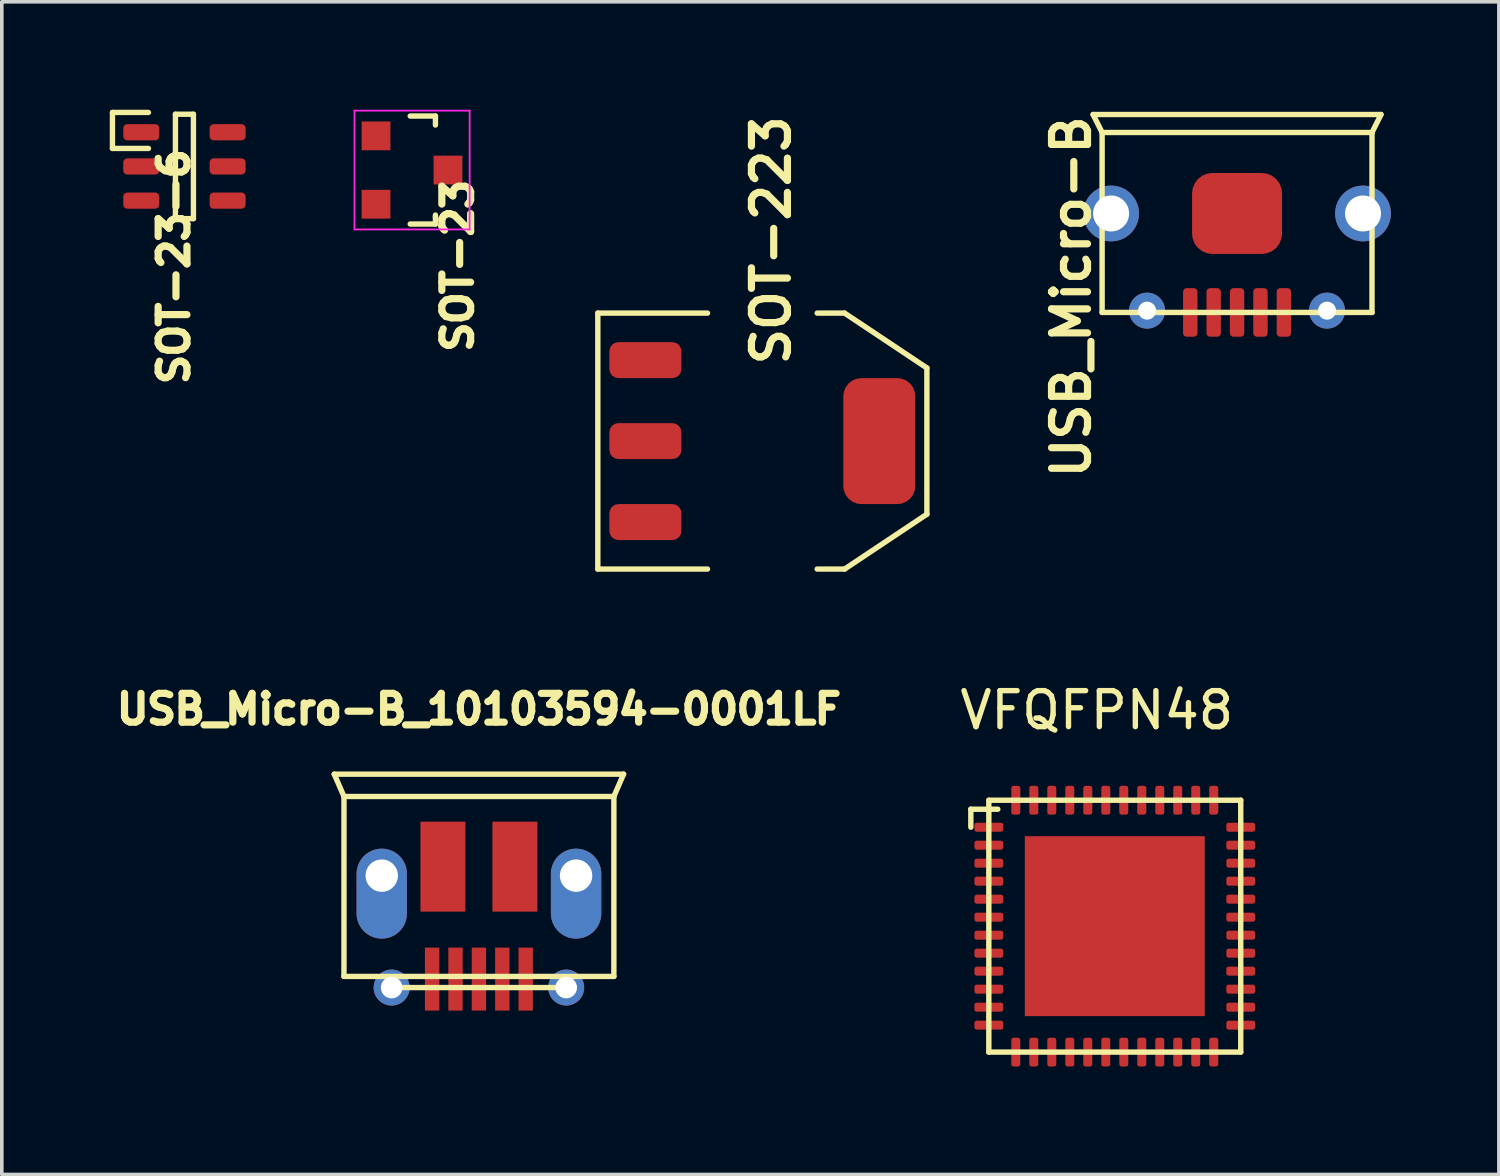
<source format=kicad_pcb>
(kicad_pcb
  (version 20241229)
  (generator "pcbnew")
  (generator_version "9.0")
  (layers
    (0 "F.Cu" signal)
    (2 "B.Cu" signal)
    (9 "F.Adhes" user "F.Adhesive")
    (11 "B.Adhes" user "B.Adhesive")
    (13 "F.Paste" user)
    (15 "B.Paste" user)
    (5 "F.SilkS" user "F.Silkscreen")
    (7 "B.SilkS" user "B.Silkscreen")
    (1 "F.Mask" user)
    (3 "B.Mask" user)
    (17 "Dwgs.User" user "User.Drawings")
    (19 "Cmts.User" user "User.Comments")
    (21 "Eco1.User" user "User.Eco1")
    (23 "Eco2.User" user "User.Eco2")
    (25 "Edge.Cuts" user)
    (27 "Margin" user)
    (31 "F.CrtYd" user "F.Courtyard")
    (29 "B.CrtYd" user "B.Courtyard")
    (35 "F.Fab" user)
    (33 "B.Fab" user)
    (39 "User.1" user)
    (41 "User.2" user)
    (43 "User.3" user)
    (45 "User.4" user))
  (footprint "USB_Micro-B_10103594-0001LF"
    (placed yes)
    (layer "F.Cu")
    (at 10.258 21.282)
    (property "Reference" "USB_Micro-B_10103594-0001LF" (at 0 -4.625 0) (layer "F.SilkS") (effects (font (size 0.8 0.8) (thickness 0.2))))
    (attr smd)
    (fp_line (start -4.02 -2.82) (end -3.75 -2.2) (stroke (width 0.15) (type solid)) (layer "F.SilkS"))
    (fp_line (start -3.75 -2.2) (end 3.75 -2.2) (stroke (width 0.15) (type solid)) (layer "F.SilkS"))
    (fp_line (start -3.75 2.8) (end -3.75 -2.2) (stroke (width 0.15) (type solid)) (layer "F.SilkS"))
    (fp_line (start 2.65 3.11) (end -2.65 3.11) (stroke (width 0.15) (type solid)) (layer "F.SilkS"))
    (fp_line (start 3.75 -2.2) (end 3.75 2.8) (stroke (width 0.15) (type solid)) (layer "F.SilkS"))
    (fp_line (start 3.75 2.8) (end -3.75 2.8) (stroke (width 0.15) (type solid)) (layer "F.SilkS"))
    (fp_line (start 4.02 -2.82) (end -4.02 -2.82) (stroke (width 0.15) (type solid)) (layer "F.SilkS"))
    (fp_line (start 4.02 -2.82) (end 3.75 -2.2) (stroke (width 0.15) (type solid)) (layer "F.SilkS"))
    (pad "1" smd rect (at 1.3 2.875 180) (size 0.4 1.75) (layers "F.Cu" "F.Mask" "F.Paste"))
    (pad "2" smd rect (at 0.65 2.875 180) (size 0.4 1.75) (layers "F.Cu" "F.Mask" "F.Paste"))
    (pad "3" smd rect (at 0 2.875 180) (size 0.4 1.75) (layers "F.Cu" "F.Mask" "F.Paste"))
    (pad "4" smd rect (at -0.65 2.875 180) (size 0.4 1.75) (layers "F.Cu" "F.Mask" "F.Paste"))
    (pad "5" smd rect (at -1.3 2.875 180) (size 0.4 1.75) (layers "F.Cu" "F.Mask" "F.Paste"))
    (pad "6" thru_hole oval (at -2.7 0 180) (size 1.4 2.5) (drill 0.9 (offset 0 -0.5)) (layers "*.Cu" "*.Mask" "F.Paste"))
    (pad "6" thru_hole circle (at -2.425 3.11 180) (size 1 1) (drill 0.6) (layers "*.Cu" "*.Mask" "F.Paste"))
    (pad "6" smd rect (at -1 -0.25 180) (size 1.25 2.5) (layers "F.Cu" "F.Mask" "F.Paste"))
    (pad "6" smd rect (at 1 -0.25 180) (size 1.25 2.5) (layers "F.Cu" "F.Mask" "F.Paste"))
    (pad "6" thru_hole circle (at 2.425 3.11 180) (size 1 1) (drill 0.6) (layers "*.Cu" "*.Mask" "F.Paste"))
    (pad "6" thru_hole oval (at 2.7 0 180) (size 1.4 2.5) (drill 0.9 (offset 0 -0.5)) (layers "*.Cu" "*.Mask" "F.Paste")))
  (footprint "VFQFPN48"
    (layer "F.Cu")
    (at 27.927 22.686)
    (property "Reference" "VFQFPN48" (at -0.5 -6 0) (layer "F.SilkS") (effects (font (size 1 1) (thickness 0.15))))
    (attr through_hole)
    (fp_line (start -4 -3.25) (end -4 -2.75) (stroke (width 0.15) (type solid)) (layer "F.SilkS"))
    (fp_line (start -3.5 -3.5) (end -3.5 3.5) (stroke (width 0.15) (type solid)) (layer "F.SilkS"))
    (fp_line (start -3.5 -3.5) (end 3.5 -3.5) (stroke (width 0.15) (type solid)) (layer "F.SilkS"))
    (fp_line (start -3.5 3.5) (end 3.5 3.5) (stroke (width 0.15) (type solid)) (layer "F.SilkS"))
    (fp_line (start -3.25 -3.25) (end -4 -3.25) (stroke (width 0.15) (type solid)) (layer "F.SilkS"))
    (fp_line (start 3.5 -3.5) (end 3.5 3.5) (stroke (width 0.15) (type solid)) (layer "F.SilkS"))
    (pad "1" smd roundrect (at -3.5 -2.75) (size 0.8 0.25) (layers "F.Cu" "F.Mask" "F.Paste") (roundrect_rratio 0.25))
    (pad "2" smd roundrect (at -3.5 -2.25) (size 0.8 0.25) (layers "F.Cu" "F.Mask" "F.Paste") (roundrect_rratio 0.25))
    (pad "3" smd roundrect (at -3.5 -1.75) (size 0.8 0.25) (layers "F.Cu" "F.Mask" "F.Paste") (roundrect_rratio 0.25))
    (pad "4" smd roundrect (at -3.5 -1.25) (size 0.8 0.25) (layers "F.Cu" "F.Mask" "F.Paste") (roundrect_rratio 0.25))
    (pad "5" smd roundrect (at -3.5 -0.75) (size 0.8 0.25) (layers "F.Cu" "F.Mask" "F.Paste") (roundrect_rratio 0.25))
    (pad "6" smd roundrect (at -3.5 -0.25) (size 0.8 0.25) (layers "F.Cu" "F.Mask" "F.Paste") (roundrect_rratio 0.25))
    (pad "7" smd roundrect (at -3.5 0.25) (size 0.8 0.25) (layers "F.Cu" "F.Mask" "F.Paste") (roundrect_rratio 0.25))
    (pad "8" smd roundrect (at -3.5 0.75) (size 0.8 0.25) (layers "F.Cu" "F.Mask" "F.Paste") (roundrect_rratio 0.25))
    (pad "9" smd roundrect (at -3.5 1.25) (size 0.8 0.25) (layers "F.Cu" "F.Mask" "F.Paste") (roundrect_rratio 0.25))
    (pad "10" smd roundrect (at -3.5 1.75) (size 0.8 0.25) (layers "F.Cu" "F.Mask" "F.Paste") (roundrect_rratio 0.25))
    (pad "11" smd roundrect (at -3.5 2.25) (size 0.8 0.25) (layers "F.Cu" "F.Mask" "F.Paste") (roundrect_rratio 0.25))
    (pad "12" smd roundrect (at -3.5 2.75) (size 0.8 0.25) (layers "F.Cu" "F.Mask" "F.Paste") (roundrect_rratio 0.25))
    (pad "13" smd roundrect (at -2.75 3.5) (size 0.25 0.8) (layers "F.Cu" "F.Mask" "F.Paste") (roundrect_rratio 0.25))
    (pad "14" smd roundrect (at -2.25 3.5) (size 0.25 0.8) (layers "F.Cu" "F.Mask" "F.Paste") (roundrect_rratio 0.25))
    (pad "15" smd roundrect (at -1.75 3.5) (size 0.25 0.8) (layers "F.Cu" "F.Mask" "F.Paste") (roundrect_rratio 0.25))
    (pad "16" smd roundrect (at -1.25 3.5) (size 0.25 0.8) (layers "F.Cu" "F.Mask" "F.Paste") (roundrect_rratio 0.25))
    (pad "17" smd roundrect (at -0.75 3.5) (size 0.25 0.8) (layers "F.Cu" "F.Mask" "F.Paste") (roundrect_rratio 0.25))
    (pad "18" smd roundrect (at -0.25 3.5) (size 0.25 0.8) (layers "F.Cu" "F.Mask" "F.Paste") (roundrect_rratio 0.25))
    (pad "19" smd roundrect (at 0.25 3.5) (size 0.25 0.8) (layers "F.Cu" "F.Mask" "F.Paste") (roundrect_rratio 0.25))
    (pad "20" smd roundrect (at 0.75 3.5) (size 0.25 0.8) (layers "F.Cu" "F.Mask" "F.Paste") (roundrect_rratio 0.25))
    (pad "21" smd roundrect (at 1.25 3.5) (size 0.25 0.8) (layers "F.Cu" "F.Mask" "F.Paste") (roundrect_rratio 0.25))
    (pad "22" smd roundrect (at 1.75 3.5) (size 0.25 0.8) (layers "F.Cu" "F.Mask" "F.Paste") (roundrect_rratio 0.25))
    (pad "23" smd roundrect (at 2.25 3.5) (size 0.25 0.8) (layers "F.Cu" "F.Mask" "F.Paste") (roundrect_rratio 0.25))
    (pad "24" smd roundrect (at 2.75 3.5) (size 0.25 0.8) (layers "F.Cu" "F.Mask" "F.Paste") (roundrect_rratio 0.25))
    (pad "25" smd roundrect (at 3.5 2.75) (size 0.8 0.25) (layers "F.Cu" "F.Mask" "F.Paste") (roundrect_rratio 0.25))
    (pad "26" smd roundrect (at 3.5 2.25) (size 0.8 0.25) (layers "F.Cu" "F.Mask" "F.Paste") (roundrect_rratio 0.25))
    (pad "27" smd roundrect (at 3.5 1.75) (size 0.8 0.25) (layers "F.Cu" "F.Mask" "F.Paste") (roundrect_rratio 0.25))
    (pad "28" smd roundrect (at 3.5 1.25) (size 0.8 0.25) (layers "F.Cu" "F.Mask" "F.Paste") (roundrect_rratio 0.25))
    (pad "29" smd roundrect (at 3.5 0.75) (size 0.8 0.25) (layers "F.Cu" "F.Mask" "F.Paste") (roundrect_rratio 0.25))
    (pad "30" smd roundrect (at 3.5 0.25) (size 0.8 0.25) (layers "F.Cu" "F.Mask" "F.Paste") (roundrect_rratio 0.25))
    (pad "31" smd roundrect (at 3.5 -0.25) (size 0.8 0.25) (layers "F.Cu" "F.Mask" "F.Paste") (roundrect_rratio 0.25))
    (pad "32" smd roundrect (at 3.5 -0.75) (size 0.8 0.25) (layers "F.Cu" "F.Mask" "F.Paste") (roundrect_rratio 0.25))
    (pad "33" smd roundrect (at 3.5 -1.25) (size 0.8 0.25) (layers "F.Cu" "F.Mask" "F.Paste") (roundrect_rratio 0.25))
    (pad "34" smd roundrect (at 3.5 -1.75) (size 0.8 0.25) (layers "F.Cu" "F.Mask" "F.Paste") (roundrect_rratio 0.25))
    (pad "35" smd roundrect (at 3.5 -2.25) (size 0.8 0.25) (layers "F.Cu" "F.Mask" "F.Paste") (roundrect_rratio 0.25))
    (pad "36" smd roundrect (at 3.5 -2.75) (size 0.8 0.25) (layers "F.Cu" "F.Mask" "F.Paste") (roundrect_rratio 0.25))
    (pad "37" smd roundrect (at 2.75 -3.5) (size 0.25 0.8) (layers "F.Cu" "F.Mask" "F.Paste") (roundrect_rratio 0.25))
    (pad "38" smd roundrect (at 2.25 -3.5) (size 0.25 0.8) (layers "F.Cu" "F.Mask" "F.Paste") (roundrect_rratio 0.25))
    (pad "39" smd roundrect (at 1.75 -3.5) (size 0.25 0.8) (layers "F.Cu" "F.Mask" "F.Paste") (roundrect_rratio 0.25))
    (pad "40" smd roundrect (at 1.25 -3.5) (size 0.25 0.8) (layers "F.Cu" "F.Mask" "F.Paste") (roundrect_rratio 0.25))
    (pad "41" smd roundrect (at 0.75 -3.5) (size 0.25 0.8) (layers "F.Cu" "F.Mask" "F.Paste") (roundrect_rratio 0.25))
    (pad "42" smd roundrect (at 0.25 -3.5) (size 0.25 0.8) (layers "F.Cu" "F.Mask" "F.Paste") (roundrect_rratio 0.25))
    (pad "43" smd roundrect (at -0.25 -3.5) (size 0.25 0.8) (layers "F.Cu" "F.Mask" "F.Paste") (roundrect_rratio 0.25))
    (pad "44" smd roundrect (at -0.75 -3.5) (size 0.25 0.8) (layers "F.Cu" "F.Mask" "F.Paste") (roundrect_rratio 0.25))
    (pad "45" smd roundrect (at -1.25 -3.5) (size 0.25 0.8) (layers "F.Cu" "F.Mask" "F.Paste") (roundrect_rratio 0.25))
    (pad "46" smd roundrect (at -1.75 -3.5) (size 0.25 0.8) (layers "F.Cu" "F.Mask" "F.Paste") (roundrect_rratio 0.25))
    (pad "47" smd roundrect (at -2.25 -3.5) (size 0.25 0.8) (layers "F.Cu" "F.Mask" "F.Paste") (roundrect_rratio 0.25))
    (pad "48" smd roundrect (at -2.75 -3.5) (size 0.25 0.8) (layers "F.Cu" "F.Mask" "F.Paste") (roundrect_rratio 0.25))
    (pad "49" smd rect (at 0 0) (size 5 5) (layers "F.Cu" "F.Mask" "F.Paste")))
  (footprint "USB_Micro-B"
    (layer "F.Cu")
    (at 31.325 2.882)
    (property "Reference" "USB_Micro-B" (at -4.608 2.318 90) (layer "F.SilkS") (effects (font (size 1 1) (thickness 0.2))))
    (attr smd)
    (fp_line (start -4 -2.75) (end -3.75 -2.25) (stroke (width 0.15) (type solid)) (layer "F.SilkS"))
    (fp_line (start -3.75 -2.25) (end -3.75 2.75) (stroke (width 0.15) (type solid)) (layer "F.SilkS"))
    (fp_line (start -3.75 -2.25) (end 3.75 -2.25) (stroke (width 0.15) (type solid)) (layer "F.SilkS"))
    (fp_line (start 3.75 -2.25) (end 4 -2.75) (stroke (width 0.15) (type solid)) (layer "F.SilkS"))
    (fp_line (start 3.75 2.75) (end -3.75 2.75) (stroke (width 0.15) (type solid)) (layer "F.SilkS"))
    (fp_line (start 3.75 2.75) (end 3.75 -2.25) (stroke (width 0.15) (type solid)) (layer "F.SilkS"))
    (fp_line (start 4 -2.75) (end -4 -2.75) (stroke (width 0.15) (type solid)) (layer "F.SilkS"))
    (pad "1" smd roundrect (at 1.3 2.75 270) (size 1.35 0.4) (layers "F.Cu" "F.Mask" "F.Paste") (roundrect_rratio 0.25))
    (pad "2" smd roundrect (at 0.65 2.75 270) (size 1.35 0.4) (layers "F.Cu" "F.Mask" "F.Paste") (roundrect_rratio 0.25))
    (pad "3" smd roundrect (at 0 2.75 270) (size 1.35 0.4) (layers "F.Cu" "F.Mask" "F.Paste") (roundrect_rratio 0.25))
    (pad "4" smd roundrect (at -0.65 2.75 270) (size 1.35 0.4) (layers "F.Cu" "F.Mask" "F.Paste") (roundrect_rratio 0.25))
    (pad "5" smd roundrect (at -1.3 2.75 270) (size 1.35 0.4) (layers "F.Cu" "F.Mask" "F.Paste") (roundrect_rratio 0.25))
    (pad "6" thru_hole circle (at -3.5 0 270) (size 1.55 1.55) (drill 1) (layers "*.Cu" "*.Mask" "F.Paste"))
    (pad "6" thru_hole circle (at -2.5 2.7 270) (size 1 1) (drill 0.5) (layers "*.Cu" "*.Mask" "F.Paste"))
    (pad "6" smd roundrect (at 0 0) (size 2.5 2.25) (layers "F.Cu" "F.Mask" "F.Paste") (roundrect_rratio 0.25))
    (pad "6" thru_hole circle (at 2.5 2.7 270) (size 1 1) (drill 0.5) (layers "*.Cu" "*.Mask" "F.Paste"))
    (pad "6" thru_hole circle (at 3.5 0 270) (size 1.55 1.55) (drill 1) (layers "*.Cu" "*.Mask" "F.Paste")))
  (footprint "SOT-23"
    (layer "F.Cu")
    (at 8.4 1.675)
    (property "Reference" "SOT-23" (at 1.268 2.66 90) (layer "F.SilkS") (effects (font (size 0.8 0.8) (thickness 0.2))))
    (attr smd)
    (fp_line (start -0.051 -1.5) (end 0.65 -1.5) (stroke (width 0.15) (type solid)) (layer "F.SilkS"))
    (fp_line (start 0.65 -1.5) (end 0.65 -1.251) (stroke (width 0.15) (type solid)) (layer "F.SilkS"))
    (fp_line (start 0.65 1.299) (end 0.65 1.251) (stroke (width 0.15) (type solid)) (layer "F.SilkS"))
    (fp_line (start 0.65 1.299) (end 0.65 1.5) (stroke (width 0.15) (type solid)) (layer "F.SilkS"))
    (fp_line (start 0.65 1.5) (end -0.051 1.5) (stroke (width 0.15) (type solid)) (layer "F.SilkS"))
    (fp_line (start -1.6 -1.65) (end 1.6 -1.65) (stroke (width 0.05) (type solid)) (layer "F.CrtYd"))
    (fp_line (start -1.6 1.65) (end -1.6 -1.65) (stroke (width 0.05) (type solid)) (layer "F.CrtYd"))
    (fp_line (start 1.6 -1.65) (end 1.6 1.65) (stroke (width 0.05) (type solid)) (layer "F.CrtYd"))
    (fp_line (start 1.6 1.65) (end -1.6 1.65) (stroke (width 0.05) (type solid)) (layer "F.CrtYd"))
    (pad "1" smd rect (at -1.001 -0.95 270) (size 0.8 0.8) (layers "F.Cu" "F.Mask" "F.Paste"))
    (pad "2" smd rect (at -1.001 0.95 270) (size 0.8 0.8) (layers "F.Cu" "F.Mask" "F.Paste"))
    (pad "3" smd rect (at 0.998 0 270) (size 0.8 0.8) (layers "F.Cu" "F.Mask" "F.Paste")))
  (footprint "SOT-223"
    (layer "F.Cu")
    (at 18.134 9.207)
    (property "Reference" "SOT-223" (at 0.244 -5.578 90) (layer "F.SilkS") (effects (font (size 1 1) (thickness 0.2))))
    (attr smd)
    (fp_line (start -4.572 -3.556) (end -4.572 3.556) (stroke (width 0.15) (type solid)) (layer "F.SilkS"))
    (fp_line (start -4.572 3.556) (end -1.524 3.556) (stroke (width 0.15) (type solid)) (layer "F.SilkS"))
    (fp_line (start -1.524 -3.556) (end -4.572 -3.556) (stroke (width 0.15) (type solid)) (layer "F.SilkS"))
    (fp_line (start 1.524 -3.556) (end 2.286 -3.556) (stroke (width 0.15) (type solid)) (layer "F.SilkS"))
    (fp_line (start 2.286 -3.556) (end 4.572 -2.032) (stroke (width 0.15) (type solid)) (layer "F.SilkS"))
    (fp_line (start 2.286 3.556) (end 1.524 3.556) (stroke (width 0.15) (type solid)) (layer "F.SilkS"))
    (fp_line (start 4.572 -2.032) (end 4.572 2.032) (stroke (width 0.15) (type solid)) (layer "F.SilkS"))
    (fp_line (start 4.572 2.032) (end 2.286 3.556) (stroke (width 0.15) (type solid)) (layer "F.SilkS"))
    (pad "1" smd roundrect (at -3.25 -2.25 270) (size 1 2) (layers "F.Cu" "F.Mask" "F.Paste") (roundrect_rratio 0.25))
    (pad "2" smd roundrect (at -3.25 0 270) (size 1 2) (layers "F.Cu" "F.Mask" "F.Paste") (roundrect_rratio 0.25))
    (pad "2" smd roundrect (at 3.25 0 270) (size 3.5 2) (layers "F.Cu" "F.Mask" "F.Paste") (roundrect_rratio 0.25))
    (pad "3" smd roundrect (at -3.25 2.25 270) (size 1 2) (layers "F.Cu" "F.Mask" "F.Paste") (roundrect_rratio 0.25)))
  (footprint "SOT-23-6"
    (layer "F.Cu")
    (at 2.075 1.575)
    (property "Reference" "SOT-23-6" (at -0.29 2.784 90) (layer "F.SilkS") (effects (font (size 0.8 0.8) (thickness 0.2))))
    (attr smd)
    (fp_line (start -2 -1.5) (end -2 -0.5) (stroke (width 0.15) (type solid)) (layer "F.SilkS"))
    (fp_line (start -2 -0.5) (end -1 -0.5) (stroke (width 0.15) (type solid)) (layer "F.SilkS"))
    (fp_line (start -1 -1.5) (end -2 -1.5) (stroke (width 0.15) (type solid)) (layer "F.SilkS"))
    (fp_line (start -0.25 -1.45) (end -0.25 1.45) (stroke (width 0.15) (type solid)) (layer "F.SilkS"))
    (fp_line (start -0.25 1.45) (end 0.25 1.45) (stroke (width 0.15) (type solid)) (layer "F.SilkS"))
    (fp_line (start 0.25 -1.45) (end -0.25 -1.45) (stroke (width 0.15) (type solid)) (layer "F.SilkS"))
    (fp_line (start 0.25 1.45) (end 0.25 -1.45) (stroke (width 0.15) (type solid)) (layer "F.SilkS"))
    (pad "1" smd roundrect (at -1.2 -0.95) (size 1 0.45) (layers "F.Cu" "F.Mask" "F.Paste") (roundrect_rratio 0.25))
    (pad "2" smd roundrect (at -1.2 0) (size 1 0.45) (layers "F.Cu" "F.Mask" "F.Paste") (roundrect_rratio 0.25))
    (pad "3" smd roundrect (at -1.2 0.95) (size 1 0.45) (layers "F.Cu" "F.Mask" "F.Paste") (roundrect_rratio 0.25))
    (pad "4" smd roundrect (at 1.2 0.95) (size 1 0.45) (layers "F.Cu" "F.Mask" "F.Paste") (roundrect_rratio 0.25))
    (pad "5" smd roundrect (at 1.2 0) (size 1 0.45) (layers "F.Cu" "F.Mask" "F.Paste") (roundrect_rratio 0.25))
    (pad "6" smd roundrect (at 1.2 -0.95) (size 1 0.45) (layers "F.Cu" "F.Mask" "F.Paste") (roundrect_rratio 0.25)))
  (gr_rect
    (start -3 -3)
    (end 38.6 29.586)
    (stroke (width 0.1) (type default))
    (fill no)
    (layer "Edge.Cuts")))
</source>
